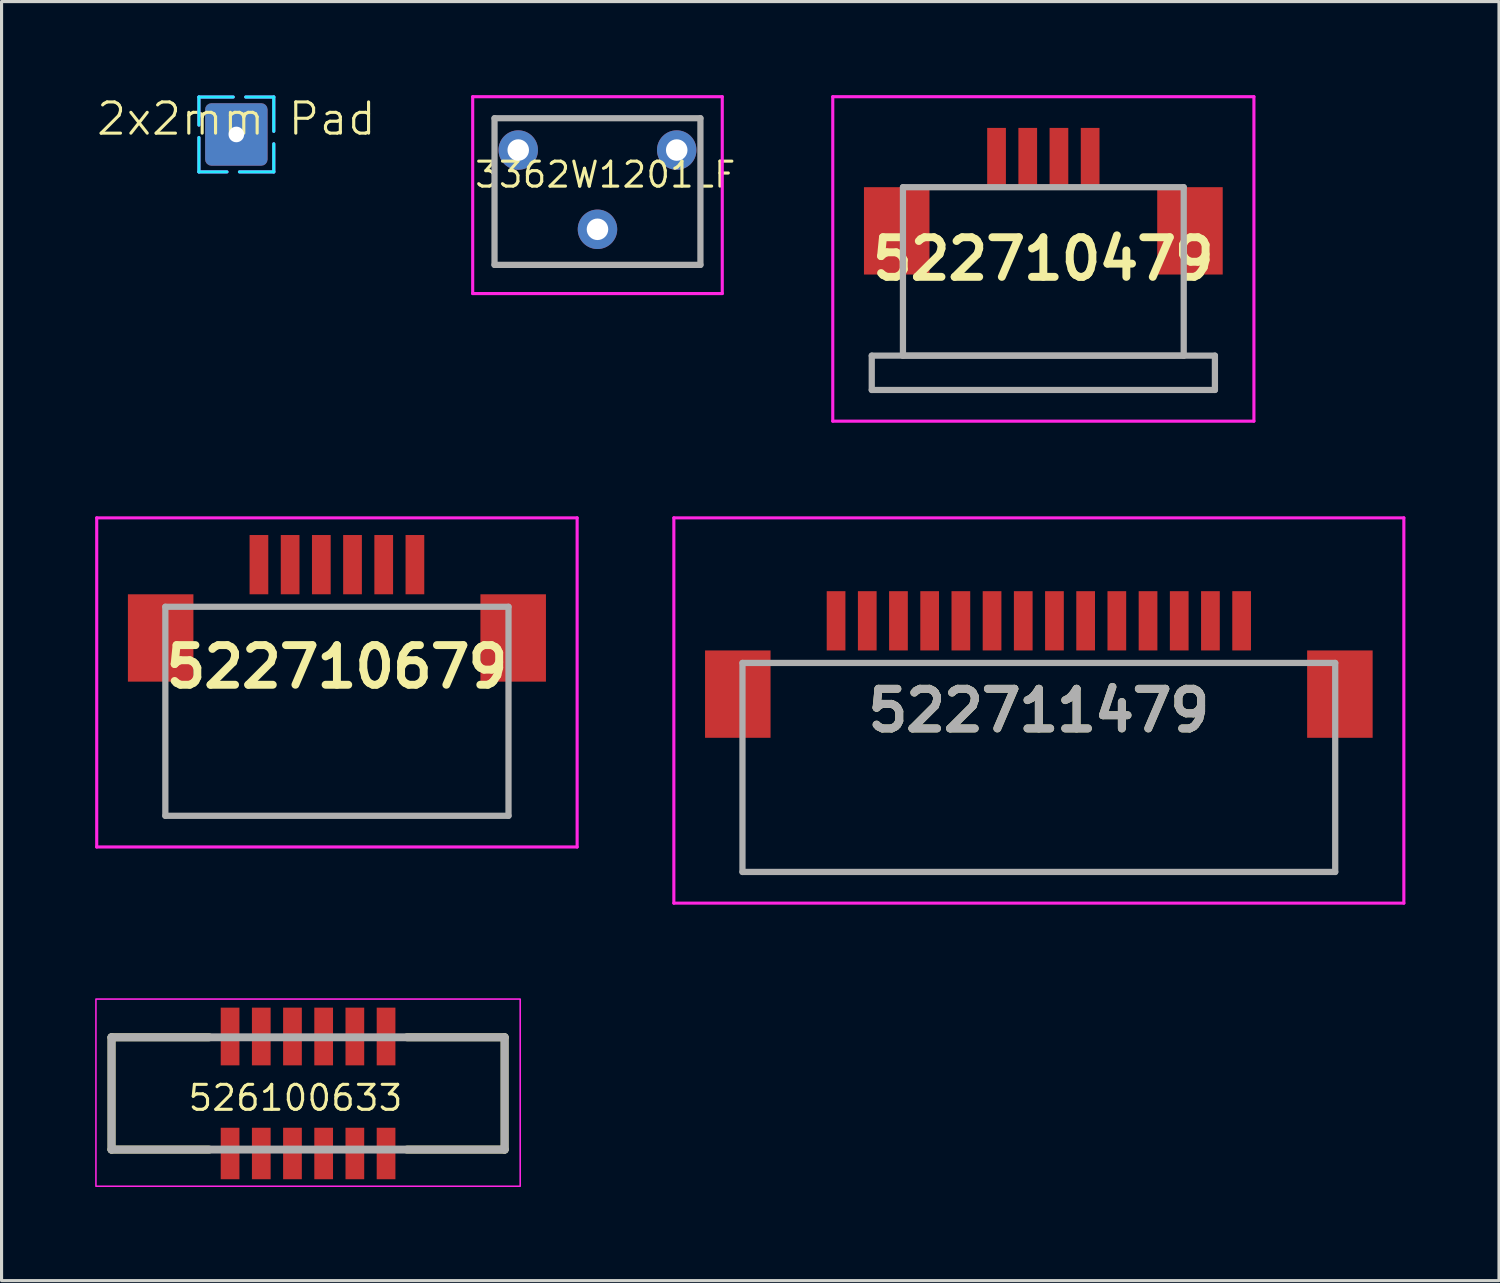
<source format=kicad_pcb>
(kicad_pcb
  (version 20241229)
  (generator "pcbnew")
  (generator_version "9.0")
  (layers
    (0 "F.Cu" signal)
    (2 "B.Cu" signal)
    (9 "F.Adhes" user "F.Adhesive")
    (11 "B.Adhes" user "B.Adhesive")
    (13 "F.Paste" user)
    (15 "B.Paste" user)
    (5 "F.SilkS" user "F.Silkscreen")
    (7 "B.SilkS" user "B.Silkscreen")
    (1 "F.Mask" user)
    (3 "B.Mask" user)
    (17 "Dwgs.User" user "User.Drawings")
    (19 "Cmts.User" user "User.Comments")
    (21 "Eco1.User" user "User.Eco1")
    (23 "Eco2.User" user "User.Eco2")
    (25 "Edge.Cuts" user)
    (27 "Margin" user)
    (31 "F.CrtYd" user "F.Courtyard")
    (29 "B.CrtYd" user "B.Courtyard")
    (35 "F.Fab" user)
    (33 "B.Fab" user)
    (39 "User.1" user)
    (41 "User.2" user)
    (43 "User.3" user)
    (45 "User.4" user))
  (footprint "2x2mm Pad"
    (layer "F.Cu")
    (at 4.526 1.26)
    (property "Reference" "2x2mm Pad" (at 0 -0.5 0) (unlocked yes) (layer "F.SilkS") (effects (font (size 1 1) (thickness 0.1))))
    (attr smd)
    (fp_rect (start -1.2 -1.2) (end 1.2 1.2) (stroke (width 0.1) (type dash)) (fill no) (layer "B.CrtYd"))
    (fp_rect (start -1.2 -1.2) (end 1.2 1.2) (stroke (width 0.1) (type dash)) (fill no) (layer "F.CrtYd"))
    (pad "1" thru_hole circle (at 0 0) (size 1 1) (drill 0.5) (layers "*.Cu" "*.Mask"))
    (pad "1" smd roundrect (at 0 0) (size 2 2) (layers "F.Cu" "F.Mask" "F.Paste") (roundrect_rratio 0.1))
    (pad "1" smd roundrect (at 0 0) (size 2 2) (layers "B.Cu" "B.Mask") (roundrect_rratio 0.1)))
  (footprint "522710679"
    (layer "F.Cu")
    (at 7.75 19.75)
    (property "Reference" "522710679" (at 0 -1.425 0) (layer "F.SilkS") (effects (font (size 1.27 1.27) (thickness 0.254))))
    (attr smd)
    (fp_line (start -5.5 -0.25) (end -5.5 -0.25) (stroke (width 0.1) (type solid)) (layer "F.SilkS"))
    (fp_line (start -5.5 -0.25) (end -5.5 3.35) (stroke (width 0.1) (type solid)) (layer "F.SilkS"))
    (fp_line (start -5.5 3.35) (end -5.5 -0.25) (stroke (width 0.1) (type solid)) (layer "F.SilkS"))
    (fp_line (start -5.5 3.35) (end -5.5 3.35) (stroke (width 0.1) (type solid)) (layer "F.SilkS"))
    (fp_line (start -5.5 3.35) (end -5.5 3.35) (stroke (width 0.1) (type solid)) (layer "F.SilkS"))
    (fp_line (start -5.5 3.35) (end 5.5 3.35) (stroke (width 0.1) (type solid)) (layer "F.SilkS"))
    (fp_line (start -4 -3.35) (end -4 -3.35) (stroke (width 0.1) (type solid)) (layer "F.SilkS"))
    (fp_line (start -4 -3.35) (end -3.25 -3.35) (stroke (width 0.1) (type solid)) (layer "F.SilkS"))
    (fp_line (start -3.25 -3.35) (end -4 -3.35) (stroke (width 0.1) (type solid)) (layer "F.SilkS"))
    (fp_line (start -3.25 -3.35) (end -3.25 -3.35) (stroke (width 0.1) (type solid)) (layer "F.SilkS"))
    (fp_line (start 3.25 -3.35) (end 3.25 -3.35) (stroke (width 0.1) (type solid)) (layer "F.SilkS"))
    (fp_line (start 3.25 -3.35) (end 4 -3.35) (stroke (width 0.1) (type solid)) (layer "F.SilkS"))
    (fp_line (start 4 -3.35) (end 3.25 -3.35) (stroke (width 0.1) (type solid)) (layer "F.SilkS"))
    (fp_line (start 4 -3.35) (end 4 -3.35) (stroke (width 0.1) (type solid)) (layer "F.SilkS"))
    (fp_line (start 5.5 -0.25) (end 5.5 -0.25) (stroke (width 0.1) (type solid)) (layer "F.SilkS"))
    (fp_line (start 5.5 -0.25) (end 5.5 3.35) (stroke (width 0.1) (type solid)) (layer "F.SilkS"))
    (fp_line (start 5.5 3.35) (end -5.5 3.35) (stroke (width 0.1) (type solid)) (layer "F.SilkS"))
    (fp_line (start 5.5 3.35) (end 5.5 -0.25) (stroke (width 0.1) (type solid)) (layer "F.SilkS"))
    (fp_line (start 5.5 3.35) (end 5.5 3.35) (stroke (width 0.1) (type solid)) (layer "F.SilkS"))
    (fp_line (start 5.5 3.35) (end 5.5 3.35) (stroke (width 0.1) (type solid)) (layer "F.SilkS"))
    (fp_line (start -7.7 -6.2) (end 7.7 -6.2) (stroke (width 0.1) (type solid)) (layer "F.CrtYd"))
    (fp_line (start -7.7 4.35) (end -7.7 -6.2) (stroke (width 0.1) (type solid)) (layer "F.CrtYd"))
    (fp_line (start 7.7 -6.2) (end 7.7 4.35) (stroke (width 0.1) (type solid)) (layer "F.CrtYd"))
    (fp_line (start 7.7 4.35) (end -7.7 4.35) (stroke (width 0.1) (type solid)) (layer "F.CrtYd"))
    (fp_line (start -5.5 -3.35) (end 5.5 -3.35) (stroke (width 0.2) (type solid)) (layer "F.Fab"))
    (fp_line (start -5.5 3.35) (end -5.5 -3.35) (stroke (width 0.2) (type solid)) (layer "F.Fab"))
    (fp_line (start 5.5 -3.35) (end 5.5 3.35) (stroke (width 0.2) (type solid)) (layer "F.Fab"))
    (fp_line (start 5.5 3.35) (end -5.5 3.35) (stroke (width 0.2) (type solid)) (layer "F.Fab"))
    (pad "1" smd rect (at -2.5 -4.7) (size 0.6 1.9) (layers "F.Cu" "F.Mask" "F.Paste"))
    (pad "2" smd rect (at -1.5 -4.7) (size 0.6 1.9) (layers "F.Cu" "F.Mask" "F.Paste"))
    (pad "3" smd rect (at -0.5 -4.7) (size 0.6 1.9) (layers "F.Cu" "F.Mask" "F.Paste"))
    (pad "4" smd rect (at 0.5 -4.7) (size 0.6 1.9) (layers "F.Cu" "F.Mask" "F.Paste"))
    (pad "5" smd rect (at 1.5 -4.7) (size 0.6 1.9) (layers "F.Cu" "F.Mask" "F.Paste"))
    (pad "6" smd rect (at 2.5 -4.7) (size 0.6 1.9) (layers "F.Cu" "F.Mask" "F.Paste"))
    (pad "MP1" smd rect (at -5.65 -2.35) (size 2.1 2.8) (layers "F.Cu" "F.Mask" "F.Paste"))
    (pad "MP2" smd rect (at 5.65 -2.35) (size 2.1 2.8) (layers "F.Cu" "F.Mask" "F.Paste")))
  (footprint "526100633"
    (layer "F.Cu")
    (at 6.825 30.175)
    (property "Reference" "526100633" (at -0.404 1.968 0) (layer "F.SilkS") (effects (font (size 0.8 0.8) (thickness 0.1))))
    (attr smd)
    (fp_line (start -6.3 0.025) (end -3.17 0.025) (stroke (width 0.254) (type solid)) (layer "F.SilkS"))
    (fp_line (start -6.3 3.625) (end -6.3 0.025) (stroke (width 0.254) (type solid)) (layer "F.SilkS"))
    (fp_line (start -6.3 3.625) (end -3.17 3.625) (stroke (width 0.254) (type solid)) (layer "F.SilkS"))
    (fp_line (start 6.3 0.025) (end 3.17 0.025) (stroke (width 0.254) (type solid)) (layer "F.SilkS"))
    (fp_line (start 6.3 0.025) (end 6.3 3.625) (stroke (width 0.254) (type solid)) (layer "F.SilkS"))
    (fp_line (start 6.3 3.625) (end 3.17 3.625) (stroke (width 0.254) (type solid)) (layer "F.SilkS"))
    (fp_rect (start -6.8 -1.2) (end 6.8 4.8) (stroke (width 0.05) (type default)) (fill no) (layer "F.CrtYd"))
    (fp_line (start -6.3 0.025) (end 6.3 0.025) (stroke (width 0.254) (type solid)) (layer "F.Fab"))
    (fp_line (start -6.3 3.625) (end -6.3 0.025) (stroke (width 0.254) (type solid)) (layer "F.Fab"))
    (fp_line (start 6.3 0.025) (end 6.3 3.625) (stroke (width 0.254) (type solid)) (layer "F.Fab"))
    (fp_line (start 6.3 3.625) (end -6.3 3.625) (stroke (width 0.254) (type solid)) (layer "F.Fab"))
    (pad "1" smd rect (at -2.5 0) (size 0.6 1.85) (layers "F.Cu" "F.Mask" "F.Paste"))
    (pad "2" smd rect (at -2.5 3.75) (size 0.6 1.65) (layers "F.Cu" "F.Mask" "F.Paste"))
    (pad "3" smd rect (at -1.5 0) (size 0.6 1.85) (layers "F.Cu" "F.Mask" "F.Paste"))
    (pad "4" smd rect (at -1.5 3.75) (size 0.6 1.65) (layers "F.Cu" "F.Mask" "F.Paste"))
    (pad "5" smd rect (at -0.5 0) (size 0.6 1.85) (layers "F.Cu" "F.Mask" "F.Paste"))
    (pad "6" smd rect (at -0.5 3.75) (size 0.6 1.65) (layers "F.Cu" "F.Mask" "F.Paste"))
    (pad "7" smd rect (at 0.5 0) (size 0.6 1.85) (layers "F.Cu" "F.Mask" "F.Paste"))
    (pad "8" smd rect (at 0.5 3.75) (size 0.6 1.65) (layers "F.Cu" "F.Mask" "F.Paste"))
    (pad "9" smd rect (at 1.5 0) (size 0.6 1.85) (layers "F.Cu" "F.Mask" "F.Paste"))
    (pad "10" smd rect (at 1.5 3.75) (size 0.6 1.65) (layers "F.Cu" "F.Mask" "F.Paste"))
    (pad "11" smd rect (at 2.5 0) (size 0.6 1.85) (layers "F.Cu" "F.Mask" "F.Paste"))
    (pad "12" smd rect (at 2.5 3.75) (size 0.6 1.65) (layers "F.Cu" "F.Mask" "F.Paste")))
  (footprint "522711479"
    (layer "F.Cu")
    (at 30.25 21.55)
    (property "Reference" "522711479" (at 0 -1.825 0) (layer "F.SilkS") (effects (font (size 1.27 1.27) (thickness 0.254))))
    (attr smd)
    (fp_line (start -9.5 -0.25) (end -9.5 -0.25) (stroke (width 0.1) (type solid)) (layer "F.SilkS"))
    (fp_line (start -9.5 -0.25) (end -9.5 3.35) (stroke (width 0.1) (type solid)) (layer "F.SilkS"))
    (fp_line (start -9.5 3.35) (end -9.5 -0.25) (stroke (width 0.1) (type solid)) (layer "F.SilkS"))
    (fp_line (start -9.5 3.35) (end -9.5 3.35) (stroke (width 0.1) (type solid)) (layer "F.SilkS"))
    (fp_line (start -9.5 3.35) (end -9.5 3.35) (stroke (width 0.1) (type solid)) (layer "F.SilkS"))
    (fp_line (start -9.5 3.35) (end 9.5 3.35) (stroke (width 0.1) (type solid)) (layer "F.SilkS"))
    (fp_line (start -8 -3.35) (end -8 -3.35) (stroke (width 0.1) (type solid)) (layer "F.SilkS"))
    (fp_line (start -8 -3.35) (end 8 -3.35) (stroke (width 0.1) (type solid)) (layer "F.SilkS"))
    (fp_line (start 8 -3.35) (end -8 -3.35) (stroke (width 0.1) (type solid)) (layer "F.SilkS"))
    (fp_line (start 8 -3.35) (end 8 -3.35) (stroke (width 0.1) (type solid)) (layer "F.SilkS"))
    (fp_line (start 9.5 -0.25) (end 9.5 -0.25) (stroke (width 0.1) (type solid)) (layer "F.SilkS"))
    (fp_line (start 9.5 -0.25) (end 9.5 3.35) (stroke (width 0.1) (type solid)) (layer "F.SilkS"))
    (fp_line (start 9.5 3.35) (end -9.5 3.35) (stroke (width 0.1) (type solid)) (layer "F.SilkS"))
    (fp_line (start 9.5 3.35) (end 9.5 -0.25) (stroke (width 0.1) (type solid)) (layer "F.SilkS"))
    (fp_line (start 9.5 3.35) (end 9.5 3.35) (stroke (width 0.1) (type solid)) (layer "F.SilkS"))
    (fp_line (start 9.5 3.35) (end 9.5 3.35) (stroke (width 0.1) (type solid)) (layer "F.SilkS"))
    (fp_line (start -11.7 -8) (end 11.7 -8) (stroke (width 0.1) (type solid)) (layer "F.CrtYd"))
    (fp_line (start -11.7 4.35) (end -11.7 -8) (stroke (width 0.1) (type solid)) (layer "F.CrtYd"))
    (fp_line (start 11.7 -8) (end 11.7 4.35) (stroke (width 0.1) (type solid)) (layer "F.CrtYd"))
    (fp_line (start 11.7 4.35) (end -11.7 4.35) (stroke (width 0.1) (type solid)) (layer "F.CrtYd"))
    (fp_line (start -9.5 -3.35) (end -9.5 3.35) (stroke (width 0.2) (type solid)) (layer "F.Fab"))
    (fp_line (start -9.5 3.35) (end 9.5 3.35) (stroke (width 0.2) (type solid)) (layer "F.Fab"))
    (fp_line (start 9.5 -3.35) (end -9.5 -3.35) (stroke (width 0.2) (type solid)) (layer "F.Fab"))
    (fp_line (start 9.5 3.35) (end 9.5 -3.35) (stroke (width 0.2) (type solid)) (layer "F.Fab"))
    (fp_text user "${REFERENCE}" (at 0 -1.825 0) (layer "F.Fab") (effects (font (size 1.27 1.27) (thickness 0.254))))
    (pad "1" smd rect (at -6.5 -4.7) (size 0.6 1.9) (layers "F.Cu" "F.Mask" "F.Paste"))
    (pad "2" smd rect (at -5.5 -4.7) (size 0.6 1.9) (layers "F.Cu" "F.Mask" "F.Paste"))
    (pad "3" smd rect (at -4.5 -4.7) (size 0.6 1.9) (layers "F.Cu" "F.Mask" "F.Paste"))
    (pad "4" smd rect (at -3.5 -4.7) (size 0.6 1.9) (layers "F.Cu" "F.Mask" "F.Paste"))
    (pad "5" smd rect (at -2.5 -4.7) (size 0.6 1.9) (layers "F.Cu" "F.Mask" "F.Paste"))
    (pad "6" smd rect (at -1.5 -4.7) (size 0.6 1.9) (layers "F.Cu" "F.Mask" "F.Paste"))
    (pad "7" smd rect (at -0.5 -4.7) (size 0.6 1.9) (layers "F.Cu" "F.Mask" "F.Paste"))
    (pad "8" smd rect (at 0.5 -4.7) (size 0.6 1.9) (layers "F.Cu" "F.Mask" "F.Paste"))
    (pad "9" smd rect (at 1.5 -4.7) (size 0.6 1.9) (layers "F.Cu" "F.Mask" "F.Paste"))
    (pad "10" smd rect (at 2.5 -4.7) (size 0.6 1.9) (layers "F.Cu" "F.Mask" "F.Paste"))
    (pad "11" smd rect (at 3.5 -4.7) (size 0.6 1.9) (layers "F.Cu" "F.Mask" "F.Paste"))
    (pad "12" smd rect (at 4.5 -4.7) (size 0.6 1.9) (layers "F.Cu" "F.Mask" "F.Paste"))
    (pad "13" smd rect (at 5.5 -4.7) (size 0.6 1.9) (layers "F.Cu" "F.Mask" "F.Paste"))
    (pad "14" smd rect (at 6.5 -4.7) (size 0.6 1.9) (layers "F.Cu" "F.Mask" "F.Paste"))
    (pad "MP1" smd rect (at -9.65 -2.35) (size 2.1 2.8) (layers "F.Cu" "F.Mask" "F.Paste"))
    (pad "MP2" smd rect (at 9.65 -2.35) (size 2.1 2.8) (layers "F.Cu" "F.Mask" "F.Paste")))
  (footprint "3362W1201LF"
    (layer "F.Cu")
    (at 16.102 3.05)
    (property "Reference" "3362W1201LF" (at 0.25 -0.5 0) (layer "F.SilkS") (effects (font (size 0.8 0.8) (thickness 0.1))))
    (attr through_hole)
    (fp_line (start -3.3 -2.31) (end -3.3 2.39) (stroke (width 0.1) (type solid)) (layer "F.SilkS"))
    (fp_line (start -3.3 -2.31) (end 3.3 -2.31) (stroke (width 0.1) (type solid)) (layer "F.SilkS"))
    (fp_line (start -3.3 2.39) (end 3.3 2.39) (stroke (width 0.1) (type solid)) (layer "F.SilkS"))
    (fp_line (start 3.3 2.39) (end 3.3 -2.31) (stroke (width 0.1) (type solid)) (layer "F.SilkS"))
    (fp_line (start -4 -3) (end -4 3.31) (stroke (width 0.1) (type solid)) (layer "F.CrtYd"))
    (fp_line (start 4 -3) (end -4 -3) (stroke (width 0.1) (type solid)) (layer "F.CrtYd"))
    (fp_line (start 4 3.31) (end -4 3.31) (stroke (width 0.1) (type solid)) (layer "F.CrtYd"))
    (fp_line (start 4 3.31) (end 4 -3) (stroke (width 0.1) (type solid)) (layer "F.CrtYd"))
    (fp_line (start -3.3 -2.31) (end -3.3 2.39) (stroke (width 0.2) (type solid)) (layer "F.Fab"))
    (fp_line (start -3.3 2.39) (end 3.3 2.39) (stroke (width 0.2) (type solid)) (layer "F.Fab"))
    (fp_line (start 3.3 -2.31) (end -3.3 -2.31) (stroke (width 0.2) (type solid)) (layer "F.Fab"))
    (fp_line (start 3.3 2.39) (end 3.3 -2.31) (stroke (width 0.2) (type solid)) (layer "F.Fab"))
    (pad "1" thru_hole circle (at 2.54 -1.29) (size 1.265 1.265) (drill 0.69) (layers "*.Cu" "*.Mask"))
    (pad "2" thru_hole circle (at 0 1.25) (size 1.265 1.265) (drill 0.69) (layers "*.Cu" "*.Mask"))
    (pad "3" thru_hole circle (at -2.54 -1.29) (size 1.265 1.265) (drill 0.69) (layers "*.Cu" "*.Mask")))
  (footprint "522710479"
    (layer "F.Cu")
    (at 30.394 5.725)
    (property "Reference" "522710479" (at 0 -0.475 0) (layer "F.SilkS") (effects (font (size 1.27 1.27) (thickness 0.254))))
    (attr smd)
    (fp_line (start -5.5 2.625) (end -5.5 3.625) (stroke (width 0.1) (type solid)) (layer "F.SilkS"))
    (fp_line (start -5.5 3.625) (end -5.5 3.725) (stroke (width 0.1) (type solid)) (layer "F.SilkS"))
    (fp_line (start -5.5 3.725) (end 5.5 3.725) (stroke (width 0.1) (type solid)) (layer "F.SilkS"))
    (fp_line (start -4.5 0.625) (end -4.5 2.625) (stroke (width 0.1) (type solid)) (layer "F.SilkS"))
    (fp_line (start -4.5 2.625) (end -5.5 2.625) (stroke (width 0.1) (type solid)) (layer "F.SilkS"))
    (fp_line (start -3 -2.775) (end -2.5 -2.775) (stroke (width 0.1) (type solid)) (layer "F.SilkS"))
    (fp_line (start 2.5 -2.775) (end 3 -2.775) (stroke (width 0.1) (type solid)) (layer "F.SilkS"))
    (fp_line (start 4.5 2.625) (end 4.5 0.625) (stroke (width 0.1) (type solid)) (layer "F.SilkS"))
    (fp_line (start 5.5 2.625) (end 4.5 2.625) (stroke (width 0.1) (type solid)) (layer "F.SilkS"))
    (fp_line (start 5.5 3.725) (end 5.5 2.625) (stroke (width 0.1) (type solid)) (layer "F.SilkS"))
    (fp_line (start -6.75 -5.675) (end 6.75 -5.675) (stroke (width 0.1) (type solid)) (layer "F.CrtYd"))
    (fp_line (start -6.75 4.725) (end -6.75 -5.675) (stroke (width 0.1) (type solid)) (layer "F.CrtYd"))
    (fp_line (start 6.75 -5.675) (end 6.75 4.725) (stroke (width 0.1) (type solid)) (layer "F.CrtYd"))
    (fp_line (start 6.75 4.725) (end -6.75 4.725) (stroke (width 0.1) (type solid)) (layer "F.CrtYd"))
    (fp_line (start -5.5 2.625) (end 5.5 2.625) (stroke (width 0.2) (type solid)) (layer "F.Fab"))
    (fp_line (start -5.5 3.725) (end -5.5 2.625) (stroke (width 0.2) (type solid)) (layer "F.Fab"))
    (fp_line (start -4.5 -2.775) (end 4.5 -2.775) (stroke (width 0.2) (type solid)) (layer "F.Fab"))
    (fp_line (start -4.5 2.625) (end -4.5 -2.775) (stroke (width 0.2) (type solid)) (layer "F.Fab"))
    (fp_line (start 4.5 -2.775) (end 4.5 2.625) (stroke (width 0.2) (type solid)) (layer "F.Fab"))
    (fp_line (start 4.5 2.625) (end -4.5 2.625) (stroke (width 0.2) (type solid)) (layer "F.Fab"))
    (fp_line (start 5.5 2.625) (end 5.5 3.725) (stroke (width 0.2) (type solid)) (layer "F.Fab"))
    (fp_line (start 5.5 3.725) (end -5.5 3.725) (stroke (width 0.2) (type solid)) (layer "F.Fab"))
    (pad "1" smd rect (at -1.5 -3.725) (size 0.6 1.9) (layers "F.Cu" "F.Mask" "F.Paste"))
    (pad "2" smd rect (at -0.5 -3.725) (size 0.6 1.9) (layers "F.Cu" "F.Mask" "F.Paste"))
    (pad "3" smd rect (at 0.5 -3.725) (size 0.6 1.9) (layers "F.Cu" "F.Mask" "F.Paste"))
    (pad "4" smd rect (at 1.5 -3.725) (size 0.6 1.9) (layers "F.Cu" "F.Mask" "F.Paste"))
    (pad "MP1" smd rect (at -4.7 -1.375) (size 2.1 2.8) (layers "F.Cu" "F.Mask" "F.Paste"))
    (pad "MP2" smd rect (at 4.7 -1.375) (size 2.1 2.8) (layers "F.Cu" "F.Mask" "F.Paste")))
  (gr_rect
    (start -3 -3)
    (end 45 38)
    (stroke (width 0.1) (type default))
    (fill no)
    (layer "Edge.Cuts")))
</source>
